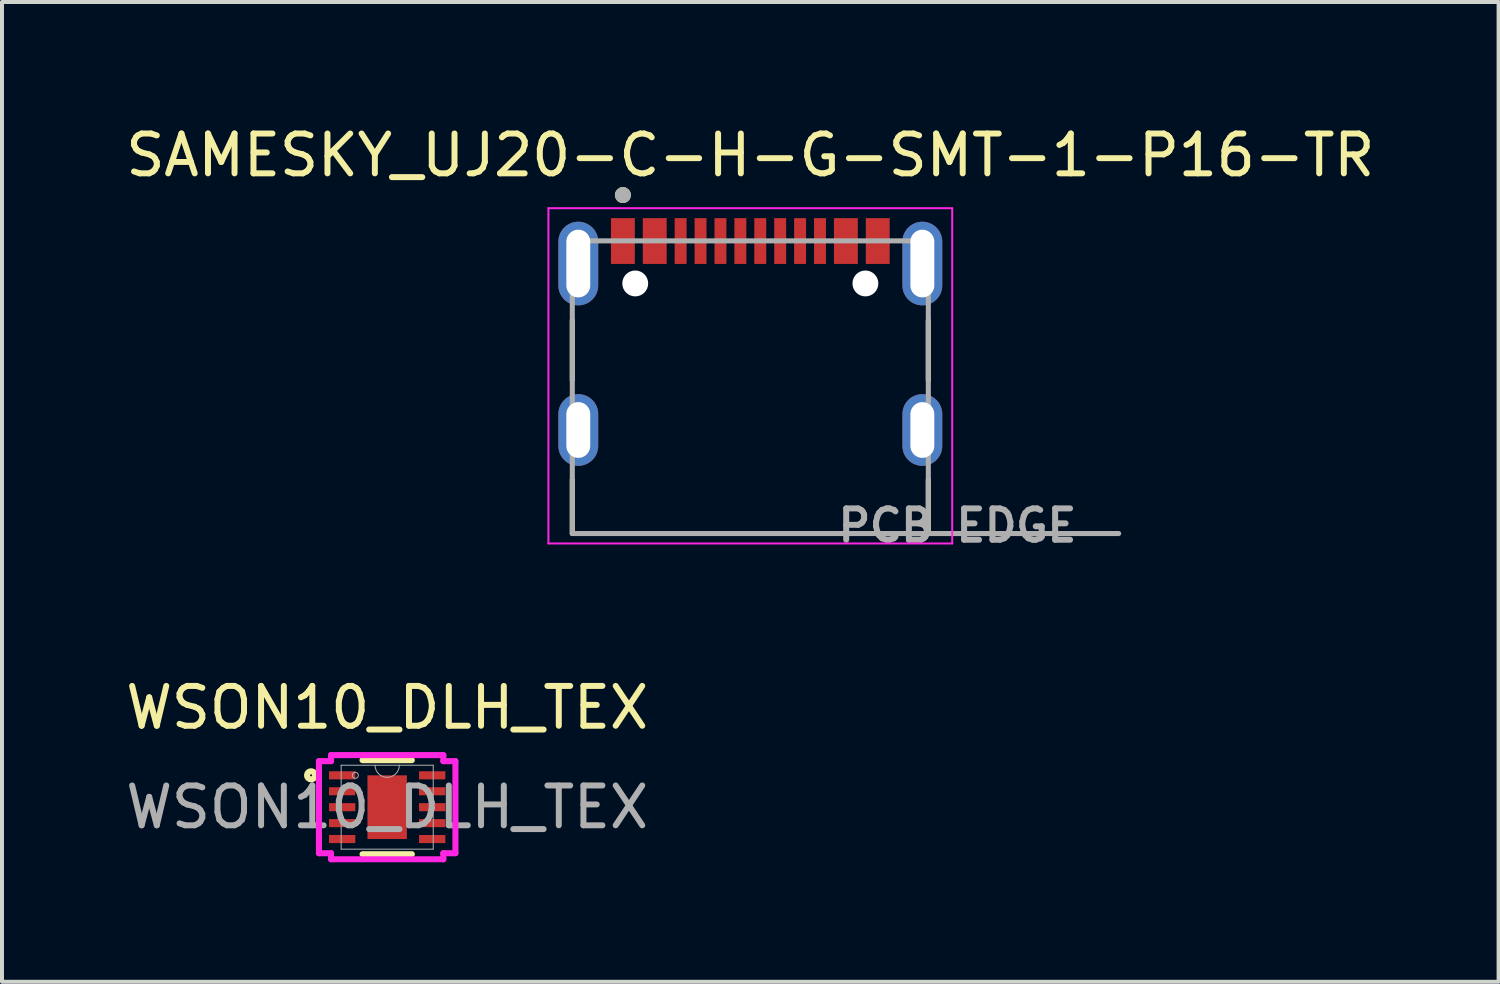
<source format=kicad_pcb>
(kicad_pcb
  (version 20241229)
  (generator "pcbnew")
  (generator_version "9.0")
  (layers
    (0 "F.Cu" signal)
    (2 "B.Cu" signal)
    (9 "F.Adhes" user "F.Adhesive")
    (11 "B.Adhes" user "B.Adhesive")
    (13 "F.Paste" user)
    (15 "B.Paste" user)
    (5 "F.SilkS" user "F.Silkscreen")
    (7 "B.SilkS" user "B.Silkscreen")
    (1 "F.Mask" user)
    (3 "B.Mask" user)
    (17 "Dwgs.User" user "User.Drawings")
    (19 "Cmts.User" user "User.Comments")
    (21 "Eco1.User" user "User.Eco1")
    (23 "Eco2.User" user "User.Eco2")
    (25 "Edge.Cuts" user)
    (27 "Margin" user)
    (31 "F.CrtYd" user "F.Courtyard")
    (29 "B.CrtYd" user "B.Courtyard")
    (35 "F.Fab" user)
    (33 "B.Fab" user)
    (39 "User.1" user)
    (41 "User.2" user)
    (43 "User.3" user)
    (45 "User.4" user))
  (footprint "WSON10_DLH_TEX"
    (layer "F.Cu")
    (at 6.673 17.22)
    (property "Reference" "WSON10_DLH_TEX" (at 0 -2.5 0) (unlocked yes) (layer "F.SilkS") (effects (font (size 1 1) (thickness 0.15))))
    (attr smd)
    (fp_line (start -0.619 1.181) (end 0.619 1.181) (stroke (width 0.152) (type solid)) (layer "F.SilkS"))
    (fp_line (start 0.619 -1.181) (end -0.619 -1.181) (stroke (width 0.152) (type solid)) (layer "F.SilkS"))
    (fp_circle (center -1.911 -0.8) (end -1.81 -0.8) (stroke (width 0.152) (type solid)) (fill no) (layer "F.SilkS"))
    (fp_line (start -1.714 -1.156) (end -1.41 -1.156) (stroke (width 0.152) (type solid)) (layer "F.CrtYd"))
    (fp_line (start -1.714 1.156) (end -1.714 -1.156) (stroke (width 0.152) (type solid)) (layer "F.CrtYd"))
    (fp_line (start -1.714 1.156) (end -1.41 1.156) (stroke (width 0.152) (type solid)) (layer "F.CrtYd"))
    (fp_line (start -1.41 -1.308) (end 1.41 -1.308) (stroke (width 0.152) (type solid)) (layer "F.CrtYd"))
    (fp_line (start -1.41 -1.156) (end -1.41 -1.308) (stroke (width 0.152) (type solid)) (layer "F.CrtYd"))
    (fp_line (start -1.41 1.308) (end -1.41 1.156) (stroke (width 0.152) (type solid)) (layer "F.CrtYd"))
    (fp_line (start 1.41 -1.308) (end 1.41 -1.156) (stroke (width 0.152) (type solid)) (layer "F.CrtYd"))
    (fp_line (start 1.41 1.156) (end 1.41 1.308) (stroke (width 0.152) (type solid)) (layer "F.CrtYd"))
    (fp_line (start 1.41 1.308) (end -1.41 1.308) (stroke (width 0.152) (type solid)) (layer "F.CrtYd"))
    (fp_line (start 1.714 -1.156) (end 1.41 -1.156) (stroke (width 0.152) (type solid)) (layer "F.CrtYd"))
    (fp_line (start 1.714 -1.156) (end 1.714 1.156) (stroke (width 0.152) (type solid)) (layer "F.CrtYd"))
    (fp_line (start 1.714 1.156) (end 1.41 1.156) (stroke (width 0.152) (type solid)) (layer "F.CrtYd"))
    (fp_line (start -1.156 -1.054) (end -1.156 1.054) (stroke (width 0.025) (type solid)) (layer "F.Fab"))
    (fp_line (start -1.156 1.054) (end 1.156 1.054) (stroke (width 0.025) (type solid)) (layer "F.Fab"))
    (fp_line (start 1.156 -1.054) (end -1.156 -1.054) (stroke (width 0.025) (type solid)) (layer "F.Fab"))
    (fp_line (start 1.156 1.054) (end 1.156 -1.054) (stroke (width 0.025) (type solid)) (layer "F.Fab"))
    (fp_arc (start 0.3048 -1.0541) (mid 0 -0.7493) (end -0.3048 -1.0541) (stroke (width 0.0254) (type solid)) (layer "F.Fab"))
    (fp_circle (center -0.8 -0.8) (end -0.724 -0.8) (stroke (width 0.025) (type solid)) (fill no) (layer "F.Fab"))
    (fp_text user "${REFERENCE}" (at 0 0 0) (unlocked yes) (layer "F.Fab") (effects (font (size 1 1) (thickness 0.15))))
    (pad "1" smd rect (at -1.13 -0.8) (size 0.66 0.203) (layers "F.Cu" "F.Mask" "F.Paste"))
    (pad "2" smd rect (at -1.13 -0.4) (size 0.66 0.203) (layers "F.Cu" "F.Mask" "F.Paste"))
    (pad "3" smd rect (at -1.13 0) (size 0.66 0.203) (layers "F.Cu" "F.Mask" "F.Paste"))
    (pad "4" smd rect (at -1.13 0.4) (size 0.66 0.203) (layers "F.Cu" "F.Mask" "F.Paste"))
    (pad "5" smd rect (at -1.13 0.8) (size 0.66 0.203) (layers "F.Cu" "F.Mask" "F.Paste"))
    (pad "6" smd rect (at 1.13 0.8) (size 0.66 0.203) (layers "F.Cu" "F.Mask" "F.Paste"))
    (pad "7" smd rect (at 1.13 0.4) (size 0.66 0.203) (layers "F.Cu" "F.Mask" "F.Paste"))
    (pad "8" smd rect (at 1.13 0) (size 0.66 0.203) (layers "F.Cu" "F.Mask" "F.Paste"))
    (pad "9" smd rect (at 1.13 -0.4) (size 0.66 0.203) (layers "F.Cu" "F.Mask" "F.Paste"))
    (pad "10" smd rect (at 1.13 -0.8) (size 0.66 0.203) (layers "F.Cu" "F.Mask" "F.Paste"))
    (pad "11" smd rect (at 0 0) (size 0.991 1.6) (layers "F.Cu" "F.Mask" "F.Paste")))
  (footprint "SAMESKY_UJ20-C-H-G-SMT-1-P16-TR"
    (layer "F.Cu")
    (at 15.792 10.348)
    (property "Reference" "SAMESKY_UJ20-C-H-G-SMT-1-P16-TR" (at 0 -9.5 0) (layer "F.SilkS") (effects (font (size 1 1) (thickness 0.15))))
    (attr smd)
    (fp_line (start -4.47 -5.35) (end -4.47 -3.85) (stroke (width 0.127) (type solid)) (layer "F.SilkS"))
    (fp_line (start -4.47 -1.35) (end -4.47 0) (stroke (width 0.127) (type solid)) (layer "F.SilkS"))
    (fp_line (start 4.47 -5.35) (end 4.47 -3.85) (stroke (width 0.127) (type solid)) (layer "F.SilkS"))
    (fp_line (start 4.47 -1.35) (end 4.47 0) (stroke (width 0.127) (type solid)) (layer "F.SilkS"))
    (fp_circle (center -3.2 -8.5) (end -3.1 -8.5) (stroke (width 0.2) (type solid)) (fill no) (layer "F.SilkS"))
    (fp_line (start -5.07 -8.17) (end -5.07 0.25) (stroke (width 0.05) (type solid)) (layer "F.CrtYd"))
    (fp_line (start -5.07 0.25) (end 5.07 0.25) (stroke (width 0.05) (type solid)) (layer "F.CrtYd"))
    (fp_line (start 5.07 -8.17) (end -5.07 -8.17) (stroke (width 0.05) (type solid)) (layer "F.CrtYd"))
    (fp_line (start 5.07 0.25) (end 5.07 -8.17) (stroke (width 0.05) (type solid)) (layer "F.CrtYd"))
    (fp_line (start -4.47 -7.35) (end -4.47 0) (stroke (width 0.127) (type solid)) (layer "F.Fab"))
    (fp_line (start -4.47 0) (end 4.47 0) (stroke (width 0.127) (type solid)) (layer "F.Fab"))
    (fp_line (start 4.47 -7.35) (end -4.47 -7.35) (stroke (width 0.127) (type solid)) (layer "F.Fab"))
    (fp_line (start 4.47 0) (end 4.47 -7.35) (stroke (width 0.127) (type solid)) (layer "F.Fab"))
    (fp_line (start 4.47 0) (end 9.25 0) (stroke (width 0.127) (type solid)) (layer "F.Fab"))
    (fp_circle (center -3.2 -8.5) (end -3.1 -8.5) (stroke (width 0.2) (type solid)) (fill no) (layer "F.Fab"))
    (fp_text user "PCB EDGE" (at 5.2 -0.2 0) (layer "F.Fab") (effects (font (size 0.787 0.787) (thickness 0.15))))
    (pad "" np_thru_hole circle (at -2.89 -6.28) (size 0.65 0.65) (drill 0.65) (layers "*.Cu" "*.Mask"))
    (pad "" np_thru_hole circle (at 2.89 -6.28) (size 0.65 0.65) (drill 0.65) (layers "*.Cu" "*.Mask"))
    (pad "A1_B12" smd rect (at -3.2 -7.345) (size 0.6 1.15) (layers "F.Cu" "F.Mask" "F.Paste"))
    (pad "A4_B9" smd rect (at -2.4 -7.345) (size 0.6 1.15) (layers "F.Cu" "F.Mask" "F.Paste"))
    (pad "A5" smd rect (at -1.25 -7.345) (size 0.3 1.15) (layers "F.Cu" "F.Mask" "F.Paste"))
    (pad "A6" smd rect (at -0.25 -7.345) (size 0.3 1.15) (layers "F.Cu" "F.Mask" "F.Paste"))
    (pad "A7" smd rect (at 0.25 -7.345) (size 0.3 1.15) (layers "F.Cu" "F.Mask" "F.Paste"))
    (pad "A8" smd rect (at 1.25 -7.345) (size 0.3 1.15) (layers "F.Cu" "F.Mask" "F.Paste"))
    (pad "B1_A12" smd rect (at 3.2 -7.345) (size 0.6 1.15) (layers "F.Cu" "F.Mask" "F.Paste"))
    (pad "B4_A9" smd rect (at 2.4 -7.345) (size 0.6 1.15) (layers "F.Cu" "F.Mask" "F.Paste"))
    (pad "B5" smd rect (at 1.75 -7.345) (size 0.3 1.15) (layers "F.Cu" "F.Mask" "F.Paste"))
    (pad "B6" smd rect (at 0.75 -7.345) (size 0.3 1.15) (layers "F.Cu" "F.Mask" "F.Paste"))
    (pad "B7" smd rect (at -0.75 -7.345) (size 0.3 1.15) (layers "F.Cu" "F.Mask" "F.Paste"))
    (pad "B8" smd rect (at -1.75 -7.345) (size 0.3 1.15) (layers "F.Cu" "F.Mask" "F.Paste"))
    (pad "SH1" thru_hole oval (at -4.32 -6.78) (size 1 2.1) (drill oval 0.6 1.7) (layers "*.Cu" "*.Mask"))
    (pad "SH2" thru_hole oval (at 4.32 -6.78) (size 1 2.1) (drill oval 0.6 1.7) (layers "*.Cu" "*.Mask"))
    (pad "SH3" thru_hole oval (at -4.32 -2.6) (size 1 1.8) (drill oval 0.6 1.4) (layers "*.Cu" "*.Mask"))
    (pad "SH4" thru_hole oval (at 4.32 -2.6) (size 1 1.8) (drill oval 0.6 1.4) (layers "*.Cu" "*.Mask")))
  (gr_rect
    (start -3 -3)
    (end 34.583 21.605)
    (stroke (width 0.1) (type default))
    (fill no)
    (layer "Edge.Cuts")))
</source>
